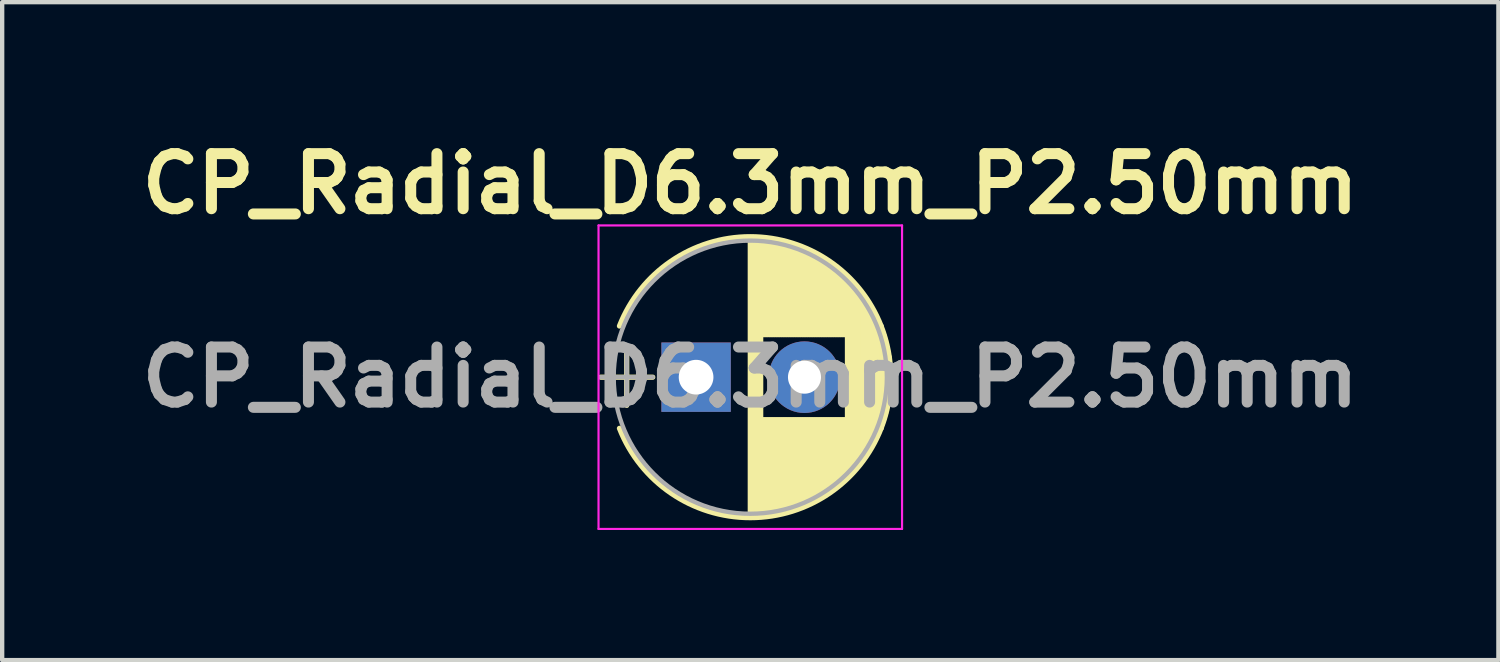
<source format=kicad_pcb>
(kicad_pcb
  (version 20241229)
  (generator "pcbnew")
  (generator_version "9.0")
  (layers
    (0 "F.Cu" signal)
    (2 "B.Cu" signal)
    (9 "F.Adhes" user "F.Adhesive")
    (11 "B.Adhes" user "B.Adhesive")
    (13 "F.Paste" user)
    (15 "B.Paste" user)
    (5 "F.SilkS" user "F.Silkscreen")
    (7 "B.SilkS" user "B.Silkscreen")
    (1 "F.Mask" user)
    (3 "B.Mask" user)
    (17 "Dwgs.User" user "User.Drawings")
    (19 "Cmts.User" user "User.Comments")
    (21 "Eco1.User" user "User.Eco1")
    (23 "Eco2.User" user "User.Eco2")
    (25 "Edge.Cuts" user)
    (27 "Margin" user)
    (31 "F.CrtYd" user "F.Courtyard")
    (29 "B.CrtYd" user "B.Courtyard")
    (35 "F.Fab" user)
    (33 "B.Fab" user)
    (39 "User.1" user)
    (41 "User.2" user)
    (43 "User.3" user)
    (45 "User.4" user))
  (footprint "CP_Radial_D6.3mm_P2.50mm"
    (layer "F.Cu")
    (at 13.004 5.649)
    (property "Reference" "CP_Radial_D6.3mm_P2.50mm" (at 1.25 -4.46 0) (layer "F.SilkS") (effects (font (size 1.27 1.27) (thickness 0.254))))
    (attr through_hole)
    (fp_line (start -2.2 0) (end -1 0) (stroke (width 0.12) (type solid)) (layer "F.SilkS"))
    (fp_line (start -1.6 -0.65) (end -1.6 0.65) (stroke (width 0.12) (type solid)) (layer "F.SilkS"))
    (fp_line (start 1.25 -3.2) (end 1.25 3.2) (stroke (width 0.12) (type solid)) (layer "F.SilkS"))
    (fp_line (start 1.29 -3.2) (end 1.29 3.2) (stroke (width 0.12) (type solid)) (layer "F.SilkS"))
    (fp_line (start 1.33 -3.2) (end 1.33 3.2) (stroke (width 0.12) (type solid)) (layer "F.SilkS"))
    (fp_line (start 1.37 -3.198) (end 1.37 3.198) (stroke (width 0.12) (type solid)) (layer "F.SilkS"))
    (fp_line (start 1.41 -3.197) (end 1.41 3.197) (stroke (width 0.12) (type solid)) (layer "F.SilkS"))
    (fp_line (start 1.45 -3.194) (end 1.45 3.194) (stroke (width 0.12) (type solid)) (layer "F.SilkS"))
    (fp_line (start 1.49 -3.192) (end 1.49 3.192) (stroke (width 0.12) (type solid)) (layer "F.SilkS"))
    (fp_line (start 1.53 -3.188) (end 1.53 -0.98) (stroke (width 0.12) (type solid)) (layer "F.SilkS"))
    (fp_line (start 1.53 0.98) (end 1.53 3.188) (stroke (width 0.12) (type solid)) (layer "F.SilkS"))
    (fp_line (start 1.57 -3.185) (end 1.57 -0.98) (stroke (width 0.12) (type solid)) (layer "F.SilkS"))
    (fp_line (start 1.57 0.98) (end 1.57 3.185) (stroke (width 0.12) (type solid)) (layer "F.SilkS"))
    (fp_line (start 1.61 -3.18) (end 1.61 -0.98) (stroke (width 0.12) (type solid)) (layer "F.SilkS"))
    (fp_line (start 1.61 0.98) (end 1.61 3.18) (stroke (width 0.12) (type solid)) (layer "F.SilkS"))
    (fp_line (start 1.65 -3.176) (end 1.65 -0.98) (stroke (width 0.12) (type solid)) (layer "F.SilkS"))
    (fp_line (start 1.65 0.98) (end 1.65 3.176) (stroke (width 0.12) (type solid)) (layer "F.SilkS"))
    (fp_line (start 1.69 -3.17) (end 1.69 -0.98) (stroke (width 0.12) (type solid)) (layer "F.SilkS"))
    (fp_line (start 1.69 0.98) (end 1.69 3.17) (stroke (width 0.12) (type solid)) (layer "F.SilkS"))
    (fp_line (start 1.73 -3.165) (end 1.73 -0.98) (stroke (width 0.12) (type solid)) (layer "F.SilkS"))
    (fp_line (start 1.73 0.98) (end 1.73 3.165) (stroke (width 0.12) (type solid)) (layer "F.SilkS"))
    (fp_line (start 1.77 -3.158) (end 1.77 -0.98) (stroke (width 0.12) (type solid)) (layer "F.SilkS"))
    (fp_line (start 1.77 0.98) (end 1.77 3.158) (stroke (width 0.12) (type solid)) (layer "F.SilkS"))
    (fp_line (start 1.81 -3.152) (end 1.81 -0.98) (stroke (width 0.12) (type solid)) (layer "F.SilkS"))
    (fp_line (start 1.81 0.98) (end 1.81 3.152) (stroke (width 0.12) (type solid)) (layer "F.SilkS"))
    (fp_line (start 1.85 -3.144) (end 1.85 -0.98) (stroke (width 0.12) (type solid)) (layer "F.SilkS"))
    (fp_line (start 1.85 0.98) (end 1.85 3.144) (stroke (width 0.12) (type solid)) (layer "F.SilkS"))
    (fp_line (start 1.89 -3.137) (end 1.89 -0.98) (stroke (width 0.12) (type solid)) (layer "F.SilkS"))
    (fp_line (start 1.89 0.98) (end 1.89 3.137) (stroke (width 0.12) (type solid)) (layer "F.SilkS"))
    (fp_line (start 1.93 -3.128) (end 1.93 -0.98) (stroke (width 0.12) (type solid)) (layer "F.SilkS"))
    (fp_line (start 1.93 0.98) (end 1.93 3.128) (stroke (width 0.12) (type solid)) (layer "F.SilkS"))
    (fp_line (start 1.971 -3.119) (end 1.971 -0.98) (stroke (width 0.12) (type solid)) (layer "F.SilkS"))
    (fp_line (start 1.971 0.98) (end 1.971 3.119) (stroke (width 0.12) (type solid)) (layer "F.SilkS"))
    (fp_line (start 2.011 -3.11) (end 2.011 -0.98) (stroke (width 0.12) (type solid)) (layer "F.SilkS"))
    (fp_line (start 2.011 0.98) (end 2.011 3.11) (stroke (width 0.12) (type solid)) (layer "F.SilkS"))
    (fp_line (start 2.051 -3.1) (end 2.051 -0.98) (stroke (width 0.12) (type solid)) (layer "F.SilkS"))
    (fp_line (start 2.051 0.98) (end 2.051 3.1) (stroke (width 0.12) (type solid)) (layer "F.SilkS"))
    (fp_line (start 2.091 -3.09) (end 2.091 -0.98) (stroke (width 0.12) (type solid)) (layer "F.SilkS"))
    (fp_line (start 2.091 0.98) (end 2.091 3.09) (stroke (width 0.12) (type solid)) (layer "F.SilkS"))
    (fp_line (start 2.131 -3.079) (end 2.131 -0.98) (stroke (width 0.12) (type solid)) (layer "F.SilkS"))
    (fp_line (start 2.131 0.98) (end 2.131 3.079) (stroke (width 0.12) (type solid)) (layer "F.SilkS"))
    (fp_line (start 2.171 -3.067) (end 2.171 -0.98) (stroke (width 0.12) (type solid)) (layer "F.SilkS"))
    (fp_line (start 2.171 0.98) (end 2.171 3.067) (stroke (width 0.12) (type solid)) (layer "F.SilkS"))
    (fp_line (start 2.211 -3.055) (end 2.211 -0.98) (stroke (width 0.12) (type solid)) (layer "F.SilkS"))
    (fp_line (start 2.211 0.98) (end 2.211 3.055) (stroke (width 0.12) (type solid)) (layer "F.SilkS"))
    (fp_line (start 2.251 -3.042) (end 2.251 -0.98) (stroke (width 0.12) (type solid)) (layer "F.SilkS"))
    (fp_line (start 2.251 0.98) (end 2.251 3.042) (stroke (width 0.12) (type solid)) (layer "F.SilkS"))
    (fp_line (start 2.291 -3.029) (end 2.291 -0.98) (stroke (width 0.12) (type solid)) (layer "F.SilkS"))
    (fp_line (start 2.291 0.98) (end 2.291 3.029) (stroke (width 0.12) (type solid)) (layer "F.SilkS"))
    (fp_line (start 2.331 -3.015) (end 2.331 -0.98) (stroke (width 0.12) (type solid)) (layer "F.SilkS"))
    (fp_line (start 2.331 0.98) (end 2.331 3.015) (stroke (width 0.12) (type solid)) (layer "F.SilkS"))
    (fp_line (start 2.371 -3.001) (end 2.371 -0.98) (stroke (width 0.12) (type solid)) (layer "F.SilkS"))
    (fp_line (start 2.371 0.98) (end 2.371 3.001) (stroke (width 0.12) (type solid)) (layer "F.SilkS"))
    (fp_line (start 2.411 -2.986) (end 2.411 -0.98) (stroke (width 0.12) (type solid)) (layer "F.SilkS"))
    (fp_line (start 2.411 0.98) (end 2.411 2.986) (stroke (width 0.12) (type solid)) (layer "F.SilkS"))
    (fp_line (start 2.451 -2.97) (end 2.451 -0.98) (stroke (width 0.12) (type solid)) (layer "F.SilkS"))
    (fp_line (start 2.451 0.98) (end 2.451 2.97) (stroke (width 0.12) (type solid)) (layer "F.SilkS"))
    (fp_line (start 2.491 -2.954) (end 2.491 -0.98) (stroke (width 0.12) (type solid)) (layer "F.SilkS"))
    (fp_line (start 2.491 0.98) (end 2.491 2.954) (stroke (width 0.12) (type solid)) (layer "F.SilkS"))
    (fp_line (start 2.531 -2.937) (end 2.531 -0.98) (stroke (width 0.12) (type solid)) (layer "F.SilkS"))
    (fp_line (start 2.531 0.98) (end 2.531 2.937) (stroke (width 0.12) (type solid)) (layer "F.SilkS"))
    (fp_line (start 2.571 -2.919) (end 2.571 -0.98) (stroke (width 0.12) (type solid)) (layer "F.SilkS"))
    (fp_line (start 2.571 0.98) (end 2.571 2.919) (stroke (width 0.12) (type solid)) (layer "F.SilkS"))
    (fp_line (start 2.611 -2.901) (end 2.611 -0.98) (stroke (width 0.12) (type solid)) (layer "F.SilkS"))
    (fp_line (start 2.611 0.98) (end 2.611 2.901) (stroke (width 0.12) (type solid)) (layer "F.SilkS"))
    (fp_line (start 2.651 -2.882) (end 2.651 -0.98) (stroke (width 0.12) (type solid)) (layer "F.SilkS"))
    (fp_line (start 2.651 0.98) (end 2.651 2.882) (stroke (width 0.12) (type solid)) (layer "F.SilkS"))
    (fp_line (start 2.691 -2.863) (end 2.691 -0.98) (stroke (width 0.12) (type solid)) (layer "F.SilkS"))
    (fp_line (start 2.691 0.98) (end 2.691 2.863) (stroke (width 0.12) (type solid)) (layer "F.SilkS"))
    (fp_line (start 2.731 -2.843) (end 2.731 -0.98) (stroke (width 0.12) (type solid)) (layer "F.SilkS"))
    (fp_line (start 2.731 0.98) (end 2.731 2.843) (stroke (width 0.12) (type solid)) (layer "F.SilkS"))
    (fp_line (start 2.771 -2.822) (end 2.771 -0.98) (stroke (width 0.12) (type solid)) (layer "F.SilkS"))
    (fp_line (start 2.771 0.98) (end 2.771 2.822) (stroke (width 0.12) (type solid)) (layer "F.SilkS"))
    (fp_line (start 2.811 -2.8) (end 2.811 -0.98) (stroke (width 0.12) (type solid)) (layer "F.SilkS"))
    (fp_line (start 2.811 0.98) (end 2.811 2.8) (stroke (width 0.12) (type solid)) (layer "F.SilkS"))
    (fp_line (start 2.851 -2.778) (end 2.851 -0.98) (stroke (width 0.12) (type solid)) (layer "F.SilkS"))
    (fp_line (start 2.851 0.98) (end 2.851 2.778) (stroke (width 0.12) (type solid)) (layer "F.SilkS"))
    (fp_line (start 2.891 -2.755) (end 2.891 -0.98) (stroke (width 0.12) (type solid)) (layer "F.SilkS"))
    (fp_line (start 2.891 0.98) (end 2.891 2.755) (stroke (width 0.12) (type solid)) (layer "F.SilkS"))
    (fp_line (start 2.931 -2.731) (end 2.931 -0.98) (stroke (width 0.12) (type solid)) (layer "F.SilkS"))
    (fp_line (start 2.931 0.98) (end 2.931 2.731) (stroke (width 0.12) (type solid)) (layer "F.SilkS"))
    (fp_line (start 2.971 -2.706) (end 2.971 -0.98) (stroke (width 0.12) (type solid)) (layer "F.SilkS"))
    (fp_line (start 2.971 0.98) (end 2.971 2.706) (stroke (width 0.12) (type solid)) (layer "F.SilkS"))
    (fp_line (start 3.011 -2.681) (end 3.011 -0.98) (stroke (width 0.12) (type solid)) (layer "F.SilkS"))
    (fp_line (start 3.011 0.98) (end 3.011 2.681) (stroke (width 0.12) (type solid)) (layer "F.SilkS"))
    (fp_line (start 3.051 -2.654) (end 3.051 -0.98) (stroke (width 0.12) (type solid)) (layer "F.SilkS"))
    (fp_line (start 3.051 0.98) (end 3.051 2.654) (stroke (width 0.12) (type solid)) (layer "F.SilkS"))
    (fp_line (start 3.091 -2.627) (end 3.091 -0.98) (stroke (width 0.12) (type solid)) (layer "F.SilkS"))
    (fp_line (start 3.091 0.98) (end 3.091 2.627) (stroke (width 0.12) (type solid)) (layer "F.SilkS"))
    (fp_line (start 3.131 -2.599) (end 3.131 -0.98) (stroke (width 0.12) (type solid)) (layer "F.SilkS"))
    (fp_line (start 3.131 0.98) (end 3.131 2.599) (stroke (width 0.12) (type solid)) (layer "F.SilkS"))
    (fp_line (start 3.171 -2.57) (end 3.171 -0.98) (stroke (width 0.12) (type solid)) (layer "F.SilkS"))
    (fp_line (start 3.171 0.98) (end 3.171 2.57) (stroke (width 0.12) (type solid)) (layer "F.SilkS"))
    (fp_line (start 3.211 -2.54) (end 3.211 -0.98) (stroke (width 0.12) (type solid)) (layer "F.SilkS"))
    (fp_line (start 3.211 0.98) (end 3.211 2.54) (stroke (width 0.12) (type solid)) (layer "F.SilkS"))
    (fp_line (start 3.251 -2.51) (end 3.251 -0.98) (stroke (width 0.12) (type solid)) (layer "F.SilkS"))
    (fp_line (start 3.251 0.98) (end 3.251 2.51) (stroke (width 0.12) (type solid)) (layer "F.SilkS"))
    (fp_line (start 3.291 -2.478) (end 3.291 -0.98) (stroke (width 0.12) (type solid)) (layer "F.SilkS"))
    (fp_line (start 3.291 0.98) (end 3.291 2.478) (stroke (width 0.12) (type solid)) (layer "F.SilkS"))
    (fp_line (start 3.331 -2.445) (end 3.331 -0.98) (stroke (width 0.12) (type solid)) (layer "F.SilkS"))
    (fp_line (start 3.331 0.98) (end 3.331 2.445) (stroke (width 0.12) (type solid)) (layer "F.SilkS"))
    (fp_line (start 3.371 -2.411) (end 3.371 -0.98) (stroke (width 0.12) (type solid)) (layer "F.SilkS"))
    (fp_line (start 3.371 0.98) (end 3.371 2.411) (stroke (width 0.12) (type solid)) (layer "F.SilkS"))
    (fp_line (start 3.411 -2.375) (end 3.411 -0.98) (stroke (width 0.12) (type solid)) (layer "F.SilkS"))
    (fp_line (start 3.411 0.98) (end 3.411 2.375) (stroke (width 0.12) (type solid)) (layer "F.SilkS"))
    (fp_line (start 3.451 -2.339) (end 3.451 -0.98) (stroke (width 0.12) (type solid)) (layer "F.SilkS"))
    (fp_line (start 3.451 0.98) (end 3.451 2.339) (stroke (width 0.12) (type solid)) (layer "F.SilkS"))
    (fp_line (start 3.491 -2.301) (end 3.491 2.301) (stroke (width 0.12) (type solid)) (layer "F.SilkS"))
    (fp_line (start 3.531 -2.262) (end 3.531 2.262) (stroke (width 0.12) (type solid)) (layer "F.SilkS"))
    (fp_line (start 3.571 -2.222) (end 3.571 2.222) (stroke (width 0.12) (type solid)) (layer "F.SilkS"))
    (fp_line (start 3.611 -2.18) (end 3.611 2.18) (stroke (width 0.12) (type solid)) (layer "F.SilkS"))
    (fp_line (start 3.651 -2.137) (end 3.651 2.137) (stroke (width 0.12) (type solid)) (layer "F.SilkS"))
    (fp_line (start 3.691 -2.092) (end 3.691 2.092) (stroke (width 0.12) (type solid)) (layer "F.SilkS"))
    (fp_line (start 3.731 -2.045) (end 3.731 2.045) (stroke (width 0.12) (type solid)) (layer "F.SilkS"))
    (fp_line (start 3.771 -1.997) (end 3.771 1.997) (stroke (width 0.12) (type solid)) (layer "F.SilkS"))
    (fp_line (start 3.811 -1.946) (end 3.811 1.946) (stroke (width 0.12) (type solid)) (layer "F.SilkS"))
    (fp_line (start 3.851 -1.894) (end 3.851 1.894) (stroke (width 0.12) (type solid)) (layer "F.SilkS"))
    (fp_line (start 3.891 -1.839) (end 3.891 1.839) (stroke (width 0.12) (type solid)) (layer "F.SilkS"))
    (fp_line (start 3.931 -1.781) (end 3.931 1.781) (stroke (width 0.12) (type solid)) (layer "F.SilkS"))
    (fp_line (start 3.971 -1.721) (end 3.971 1.721) (stroke (width 0.12) (type solid)) (layer "F.SilkS"))
    (fp_line (start 4.011 -1.658) (end 4.011 1.658) (stroke (width 0.12) (type solid)) (layer "F.SilkS"))
    (fp_line (start 4.051 -1.591) (end 4.051 1.591) (stroke (width 0.12) (type solid)) (layer "F.SilkS"))
    (fp_line (start 4.091 -1.52) (end 4.091 1.52) (stroke (width 0.12) (type solid)) (layer "F.SilkS"))
    (fp_line (start 4.131 -1.445) (end 4.131 1.445) (stroke (width 0.12) (type solid)) (layer "F.SilkS"))
    (fp_line (start 4.171 -1.364) (end 4.171 1.364) (stroke (width 0.12) (type solid)) (layer "F.SilkS"))
    (fp_line (start 4.211 -1.278) (end 4.211 1.278) (stroke (width 0.12) (type solid)) (layer "F.SilkS"))
    (fp_line (start 4.251 -1.184) (end 4.251 1.184) (stroke (width 0.12) (type solid)) (layer "F.SilkS"))
    (fp_line (start 4.291 -1.081) (end 4.291 1.081) (stroke (width 0.12) (type solid)) (layer "F.SilkS"))
    (fp_line (start 4.331 -0.966) (end 4.331 0.966) (stroke (width 0.12) (type solid)) (layer "F.SilkS"))
    (fp_line (start 4.371 -0.834) (end 4.371 0.834) (stroke (width 0.12) (type solid)) (layer "F.SilkS"))
    (fp_line (start 4.411 -0.676) (end 4.411 0.676) (stroke (width 0.12) (type solid)) (layer "F.SilkS"))
    (fp_line (start 4.451 -0.468) (end 4.451 0.468) (stroke (width 0.12) (type solid)) (layer "F.SilkS"))
    (fp_arc (start -1.767482 -1.18) (mid 1.250464 -3.24) (end 4.26782 -1.179135) (stroke (width 0.12) (type solid)) (layer "F.SilkS"))
    (fp_arc (start 4.267482 -1.18) (mid 4.49 -0.000464) (end 4.26782 1.179135) (stroke (width 0.12) (type solid)) (layer "F.SilkS"))
    (fp_arc (start 4.26782 1.179135) (mid 1.250464 3.239999) (end -1.767482 1.18) (stroke (width 0.12) (type solid)) (layer "F.SilkS"))
    (fp_line (start -2.25 -3.5) (end -2.25 3.5) (stroke (width 0.05) (type solid)) (layer "F.CrtYd"))
    (fp_line (start -2.25 3.5) (end 4.75 3.5) (stroke (width 0.05) (type solid)) (layer "F.CrtYd"))
    (fp_line (start 4.75 -3.5) (end -2.25 -3.5) (stroke (width 0.05) (type solid)) (layer "F.CrtYd"))
    (fp_line (start 4.75 3.5) (end 4.75 -3.5) (stroke (width 0.05) (type solid)) (layer "F.CrtYd"))
    (fp_line (start -2.2 0) (end -1 0) (stroke (width 0.1) (type solid)) (layer "F.Fab"))
    (fp_line (start -1.6 -0.65) (end -1.6 0.65) (stroke (width 0.1) (type solid)) (layer "F.Fab"))
    (fp_circle (center 1.25 0) (end 4.4 0) (stroke (width 0.1) (type solid)) (fill no) (layer "F.Fab"))
    (fp_text user "${REFERENCE}" (at 1.25 0 0) (layer "F.Fab") (effects (font (size 1.27 1.27) (thickness 0.254))))
    (pad "1" thru_hole rect (at 0 0) (size 1.6 1.6) (drill 0.8) (layers "*.Cu" "*.Mask"))
    (pad "2" thru_hole circle (at 2.5 0) (size 1.651 1.651) (drill 0.762) (layers "*.Cu" "*.Mask")))
  (gr_rect
    (start -3 -3)
    (end 31.508 12.174)
    (stroke (width 0.1) (type default))
    (fill no)
    (layer "Edge.Cuts")))
</source>
